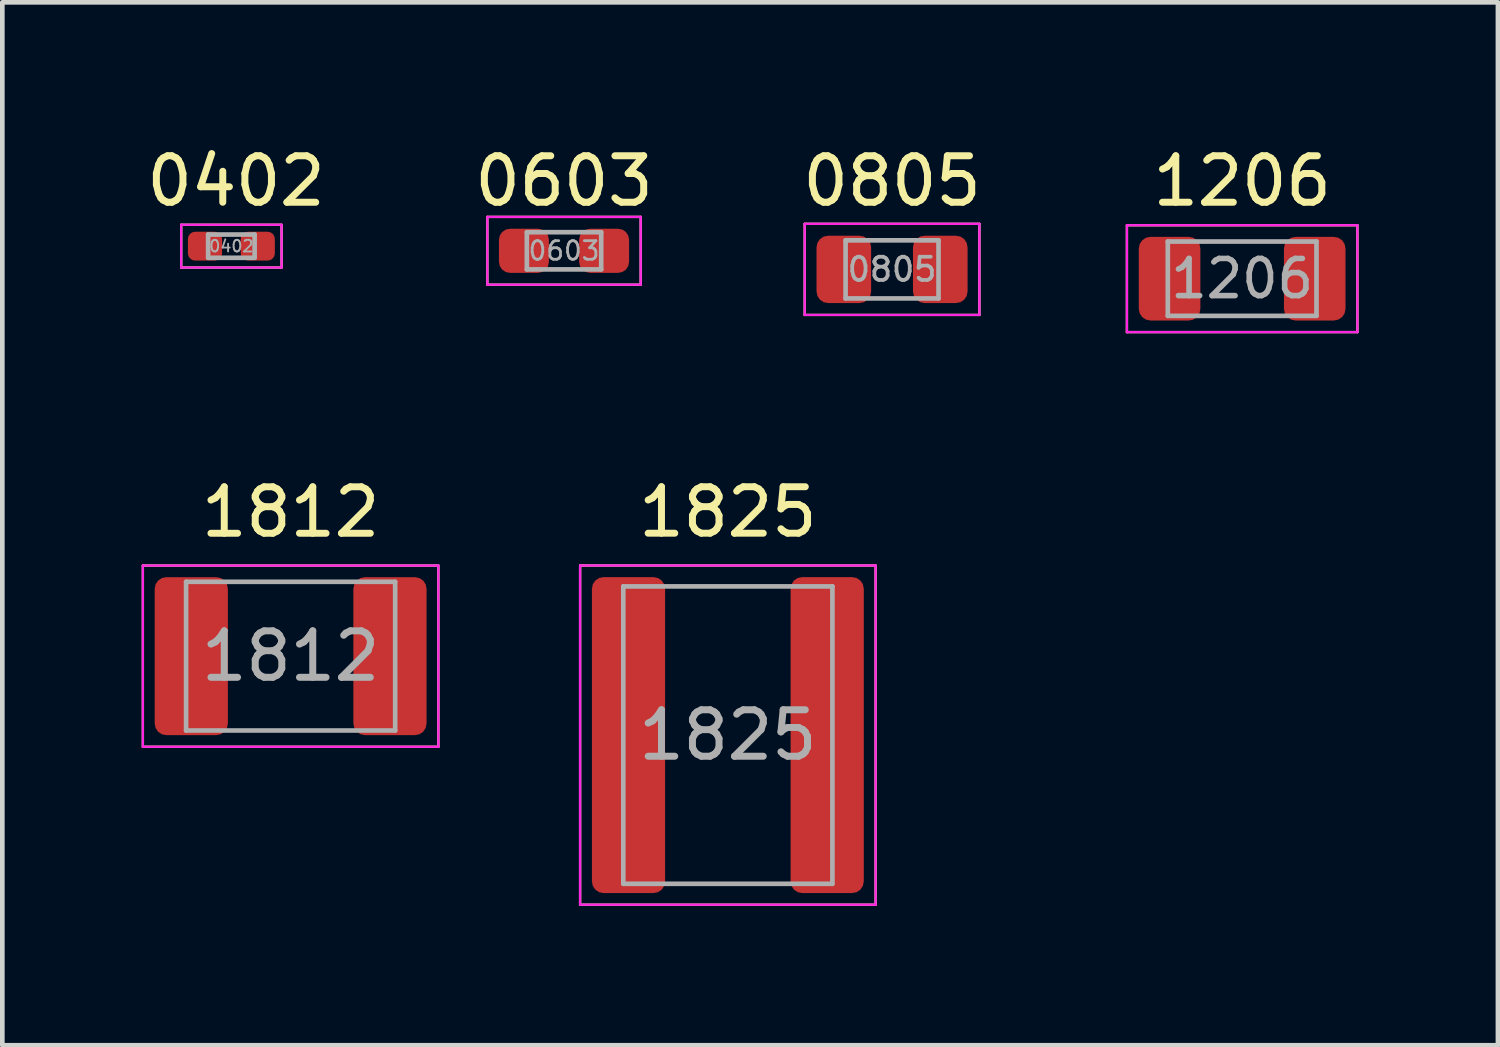
<source format=kicad_pcb>
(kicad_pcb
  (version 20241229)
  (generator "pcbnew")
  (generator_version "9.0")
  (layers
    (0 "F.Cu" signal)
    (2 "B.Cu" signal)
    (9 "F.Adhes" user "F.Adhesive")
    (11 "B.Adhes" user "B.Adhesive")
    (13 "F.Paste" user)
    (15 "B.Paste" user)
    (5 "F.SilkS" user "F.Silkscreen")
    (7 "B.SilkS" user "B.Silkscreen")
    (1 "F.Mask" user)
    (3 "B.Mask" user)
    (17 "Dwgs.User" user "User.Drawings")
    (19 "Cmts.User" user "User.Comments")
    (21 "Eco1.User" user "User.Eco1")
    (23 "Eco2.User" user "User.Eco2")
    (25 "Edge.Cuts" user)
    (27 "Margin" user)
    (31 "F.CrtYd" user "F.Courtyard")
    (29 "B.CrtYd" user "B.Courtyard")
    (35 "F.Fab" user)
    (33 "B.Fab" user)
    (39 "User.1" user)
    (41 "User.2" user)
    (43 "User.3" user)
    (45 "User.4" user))
  (footprint "1825"
    (layer "F.Cu")
    (at 12.615 12.771)
    (property "Reference" "1825" (at 0 -4.8 0) (layer "F.SilkS") (effects (font (size 1 1) (thickness 0.15))))
    (attr through_hole)
    (fp_line (start -3.18 -3.65) (end 3.18 -3.65) (stroke (width 0.05) (type solid)) (layer "F.SilkS"))
    (fp_line (start -3.18 3.65) (end -3.18 -3.65) (stroke (width 0.05) (type solid)) (layer "F.SilkS"))
    (fp_line (start 3.18 -3.65) (end 3.18 3.65) (stroke (width 0.05) (type solid)) (layer "F.SilkS"))
    (fp_line (start 3.18 3.65) (end -3.18 3.65) (stroke (width 0.05) (type solid)) (layer "F.SilkS"))
    (fp_line (start -3.18 -3.65) (end 3.18 -3.65) (stroke (width 0.05) (type solid)) (layer "F.CrtYd"))
    (fp_line (start -3.18 3.65) (end -3.18 -3.65) (stroke (width 0.05) (type solid)) (layer "F.CrtYd"))
    (fp_line (start 3.18 -3.65) (end 3.18 3.65) (stroke (width 0.05) (type solid)) (layer "F.CrtYd"))
    (fp_line (start 3.18 3.65) (end -3.18 3.65) (stroke (width 0.05) (type solid)) (layer "F.CrtYd"))
    (fp_line (start -2.25 -3.2) (end 2.25 -3.2) (stroke (width 0.1) (type solid)) (layer "F.Fab"))
    (fp_line (start -2.25 3.2) (end -2.25 -3.2) (stroke (width 0.1) (type solid)) (layer "F.Fab"))
    (fp_line (start 2.25 -3.2) (end 2.25 3.2) (stroke (width 0.1) (type solid)) (layer "F.Fab"))
    (fp_line (start 2.25 3.2) (end -2.25 3.2) (stroke (width 0.1) (type solid)) (layer "F.Fab"))
    (fp_text user "${REFERENCE}" (at 0 0 0) (layer "F.Fab") (effects (font (size 1 1) (thickness 0.15))))
    (pad "1" smd roundrect (at -2.138 0) (size 1.575 6.8) (layers "F.Cu" "F.Mask" "F.Paste") (roundrect_rratio 0.159))
    (pad "2" smd roundrect (at 2.138 0) (size 1.575 6.8) (layers "F.Cu" "F.Mask" "F.Paste") (roundrect_rratio 0.159)))
  (footprint "0805"
    (layer "F.Cu")
    (at 16.149 2.748)
    (property "Reference" "0805" (at 0 -1.9 0) (layer "F.SilkS") (effects (font (size 1 1) (thickness 0.15))))
    (attr through_hole)
    (fp_line (start -1.88 -0.98) (end 1.88 -0.98) (stroke (width 0.05) (type solid)) (layer "F.SilkS"))
    (fp_line (start -1.88 0.98) (end -1.88 -0.98) (stroke (width 0.05) (type solid)) (layer "F.SilkS"))
    (fp_line (start 1.88 -0.98) (end 1.88 0.98) (stroke (width 0.05) (type solid)) (layer "F.SilkS"))
    (fp_line (start 1.88 0.98) (end -1.88 0.98) (stroke (width 0.05) (type solid)) (layer "F.SilkS"))
    (fp_line (start -1.88 -0.98) (end 1.88 -0.98) (stroke (width 0.05) (type solid)) (layer "F.CrtYd"))
    (fp_line (start -1.88 0.98) (end -1.88 -0.98) (stroke (width 0.05) (type solid)) (layer "F.CrtYd"))
    (fp_line (start 1.88 -0.98) (end 1.88 0.98) (stroke (width 0.05) (type solid)) (layer "F.CrtYd"))
    (fp_line (start 1.88 0.98) (end -1.88 0.98) (stroke (width 0.05) (type solid)) (layer "F.CrtYd"))
    (fp_line (start -1 -0.625) (end 1 -0.625) (stroke (width 0.1) (type solid)) (layer "F.Fab"))
    (fp_line (start -1 0.625) (end -1 -0.625) (stroke (width 0.1) (type solid)) (layer "F.Fab"))
    (fp_line (start 1 -0.625) (end 1 0.625) (stroke (width 0.1) (type solid)) (layer "F.Fab"))
    (fp_line (start 1 0.625) (end -1 0.625) (stroke (width 0.1) (type solid)) (layer "F.Fab"))
    (fp_text user "${REFERENCE}" (at 0 0 0) (layer "F.Fab") (effects (font (size 0.5 0.5) (thickness 0.08))))
    (pad "1" smd roundrect (at -1.038 0) (size 1.175 1.45) (layers "F.Cu" "F.Mask" "F.Paste") (roundrect_rratio 0.213))
    (pad "2" smd roundrect (at 1.038 0) (size 1.175 1.45) (layers "F.Cu" "F.Mask" "F.Paste") (roundrect_rratio 0.213)))
  (footprint "0402"
    (layer "F.Cu")
    (at 1.93 2.248)
    (property "Reference" "0402" (at 0.1 -1.4 0) (layer "F.SilkS") (effects (font (size 1 1) (thickness 0.15))))
    (attr through_hole)
    (fp_line (start -1.08 -0.46) (end 1.08 -0.46) (stroke (width 0.05) (type solid)) (layer "F.SilkS"))
    (fp_line (start -1.08 0.46) (end -1.08 -0.46) (stroke (width 0.05) (type solid)) (layer "F.SilkS"))
    (fp_line (start 1.08 -0.46) (end 1.08 0.46) (stroke (width 0.05) (type solid)) (layer "F.SilkS"))
    (fp_line (start 1.08 0.46) (end -1.08 0.46) (stroke (width 0.05) (type solid)) (layer "F.SilkS"))
    (fp_line (start -1.08 -0.46) (end 1.08 -0.46) (stroke (width 0.05) (type solid)) (layer "F.CrtYd"))
    (fp_line (start -1.08 0.46) (end -1.08 -0.46) (stroke (width 0.05) (type solid)) (layer "F.CrtYd"))
    (fp_line (start 1.08 -0.46) (end 1.08 0.46) (stroke (width 0.05) (type solid)) (layer "F.CrtYd"))
    (fp_line (start 1.08 0.46) (end -1.08 0.46) (stroke (width 0.05) (type solid)) (layer "F.CrtYd"))
    (fp_line (start -0.5 -0.25) (end 0.5 -0.25) (stroke (width 0.1) (type solid)) (layer "F.Fab"))
    (fp_line (start -0.5 0.25) (end -0.5 -0.25) (stroke (width 0.1) (type solid)) (layer "F.Fab"))
    (fp_line (start 0.5 -0.25) (end 0.5 0.25) (stroke (width 0.1) (type solid)) (layer "F.Fab"))
    (fp_line (start 0.5 0.25) (end -0.5 0.25) (stroke (width 0.1) (type solid)) (layer "F.Fab"))
    (fp_text user "${REFERENCE}" (at 0 0 0) (layer "F.Fab") (effects (font (size 0.25 0.25) (thickness 0.04))))
    (pad "1" smd roundrect (at -0.568 0) (size 0.735 0.62) (layers "F.Cu" "F.Mask" "F.Paste") (roundrect_rratio 0.25))
    (pad "2" smd roundrect (at 0.568 0) (size 0.735 0.62) (layers "F.Cu" "F.Mask" "F.Paste") (roundrect_rratio 0.25)))
  (footprint "1812"
    (layer "F.Cu")
    (at 3.205 11.072)
    (property "Reference" "1812" (at 0 -3.1 0) (layer "F.SilkS") (effects (font (size 1 1) (thickness 0.15))))
    (attr through_hole)
    (fp_line (start -3.18 -1.95) (end 3.18 -1.95) (stroke (width 0.05) (type solid)) (layer "F.SilkS"))
    (fp_line (start -3.18 1.95) (end -3.18 -1.95) (stroke (width 0.05) (type solid)) (layer "F.SilkS"))
    (fp_line (start 3.18 -1.95) (end 3.18 1.95) (stroke (width 0.05) (type solid)) (layer "F.SilkS"))
    (fp_line (start 3.18 1.95) (end -3.18 1.95) (stroke (width 0.05) (type solid)) (layer "F.SilkS"))
    (fp_line (start -3.18 -1.95) (end 3.18 -1.95) (stroke (width 0.05) (type solid)) (layer "F.CrtYd"))
    (fp_line (start -3.18 1.95) (end -3.18 -1.95) (stroke (width 0.05) (type solid)) (layer "F.CrtYd"))
    (fp_line (start 3.18 -1.95) (end 3.18 1.95) (stroke (width 0.05) (type solid)) (layer "F.CrtYd"))
    (fp_line (start 3.18 1.95) (end -3.18 1.95) (stroke (width 0.05) (type solid)) (layer "F.CrtYd"))
    (fp_line (start -2.25 -1.6) (end 2.25 -1.6) (stroke (width 0.1) (type solid)) (layer "F.Fab"))
    (fp_line (start -2.25 1.6) (end -2.25 -1.6) (stroke (width 0.1) (type solid)) (layer "F.Fab"))
    (fp_line (start 2.25 -1.6) (end 2.25 1.6) (stroke (width 0.1) (type solid)) (layer "F.Fab"))
    (fp_line (start 2.25 1.6) (end -2.25 1.6) (stroke (width 0.1) (type solid)) (layer "F.Fab"))
    (fp_text user "${REFERENCE}" (at 0 0 0) (layer "F.Fab") (effects (font (size 1 1) (thickness 0.15))))
    (pad "1" smd roundrect (at -2.138 0) (size 1.575 3.4) (layers "F.Cu" "F.Mask" "F.Paste") (roundrect_rratio 0.159))
    (pad "2" smd roundrect (at 2.138 0) (size 1.575 3.4) (layers "F.Cu" "F.Mask" "F.Paste") (roundrect_rratio 0.159)))
  (footprint "1206"
    (layer "F.Cu")
    (at 23.684 2.948)
    (property "Reference" "1206" (at 0 -2.1 0) (layer "F.SilkS") (effects (font (size 1 1) (thickness 0.15))))
    (attr through_hole)
    (fp_line (start -2.48 -1.15) (end 2.48 -1.15) (stroke (width 0.05) (type solid)) (layer "F.SilkS"))
    (fp_line (start -2.48 1.15) (end -2.48 -1.15) (stroke (width 0.05) (type solid)) (layer "F.SilkS"))
    (fp_line (start 2.48 -1.15) (end 2.48 1.15) (stroke (width 0.05) (type solid)) (layer "F.SilkS"))
    (fp_line (start 2.48 1.15) (end -2.48 1.15) (stroke (width 0.05) (type solid)) (layer "F.SilkS"))
    (fp_line (start -2.48 -1.15) (end 2.48 -1.15) (stroke (width 0.05) (type solid)) (layer "F.CrtYd"))
    (fp_line (start -2.48 1.15) (end -2.48 -1.15) (stroke (width 0.05) (type solid)) (layer "F.CrtYd"))
    (fp_line (start 2.48 -1.15) (end 2.48 1.15) (stroke (width 0.05) (type solid)) (layer "F.CrtYd"))
    (fp_line (start 2.48 1.15) (end -2.48 1.15) (stroke (width 0.05) (type solid)) (layer "F.CrtYd"))
    (fp_line (start -1.6 -0.8) (end 1.6 -0.8) (stroke (width 0.1) (type solid)) (layer "F.Fab"))
    (fp_line (start -1.6 0.8) (end -1.6 -0.8) (stroke (width 0.1) (type solid)) (layer "F.Fab"))
    (fp_line (start 1.6 -0.8) (end 1.6 0.8) (stroke (width 0.1) (type solid)) (layer "F.Fab"))
    (fp_line (start 1.6 0.8) (end -1.6 0.8) (stroke (width 0.1) (type solid)) (layer "F.Fab"))
    (fp_text user "${REFERENCE}" (at 0 0 0) (layer "F.Fab") (effects (font (size 0.8 0.8) (thickness 0.12))))
    (pad "1" smd roundrect (at -1.562 0) (size 1.325 1.8) (layers "F.Cu" "F.Mask" "F.Paste") (roundrect_rratio 0.189))
    (pad "2" smd roundrect (at 1.562 0) (size 1.325 1.8) (layers "F.Cu" "F.Mask" "F.Paste") (roundrect_rratio 0.189)))
  (footprint "0603"
    (layer "F.Cu")
    (at 9.089 2.348)
    (property "Reference" "0603" (at 0 -1.5 0) (layer "F.SilkS") (effects (font (size 1 1) (thickness 0.15))))
    (attr through_hole)
    (fp_line (start -1.65 -0.73) (end 1.65 -0.73) (stroke (width 0.05) (type solid)) (layer "F.SilkS"))
    (fp_line (start -1.65 0.73) (end -1.65 -0.73) (stroke (width 0.05) (type solid)) (layer "F.SilkS"))
    (fp_line (start 1.65 -0.73) (end 1.65 0.73) (stroke (width 0.05) (type solid)) (layer "F.SilkS"))
    (fp_line (start 1.65 0.73) (end -1.65 0.73) (stroke (width 0.05) (type solid)) (layer "F.SilkS"))
    (fp_line (start -1.65 -0.73) (end 1.65 -0.73) (stroke (width 0.05) (type solid)) (layer "F.CrtYd"))
    (fp_line (start -1.65 0.73) (end -1.65 -0.73) (stroke (width 0.05) (type solid)) (layer "F.CrtYd"))
    (fp_line (start 1.65 -0.73) (end 1.65 0.73) (stroke (width 0.05) (type solid)) (layer "F.CrtYd"))
    (fp_line (start 1.65 0.73) (end -1.65 0.73) (stroke (width 0.05) (type solid)) (layer "F.CrtYd"))
    (fp_line (start -0.8 -0.4) (end 0.8 -0.4) (stroke (width 0.1) (type solid)) (layer "F.Fab"))
    (fp_line (start -0.8 0.4) (end -0.8 -0.4) (stroke (width 0.1) (type solid)) (layer "F.Fab"))
    (fp_line (start 0.8 -0.4) (end 0.8 0.4) (stroke (width 0.1) (type solid)) (layer "F.Fab"))
    (fp_line (start 0.8 0.4) (end -0.8 0.4) (stroke (width 0.1) (type solid)) (layer "F.Fab"))
    (fp_text user "${REFERENCE}" (at 0 0 0) (layer "F.Fab") (effects (font (size 0.4 0.4) (thickness 0.06))))
    (pad "1" smd roundrect (at -0.863 0) (size 1.075 0.95) (layers "F.Cu" "F.Mask" "F.Paste") (roundrect_rratio 0.25))
    (pad "2" smd roundrect (at 0.863 0) (size 1.075 0.95) (layers "F.Cu" "F.Mask" "F.Paste") (roundrect_rratio 0.25)))
  (gr_rect
    (start -3 -3)
    (end 29.189 19.447)
    (stroke (width 0.1) (type default))
    (fill no)
    (layer "Edge.Cuts")))
</source>
